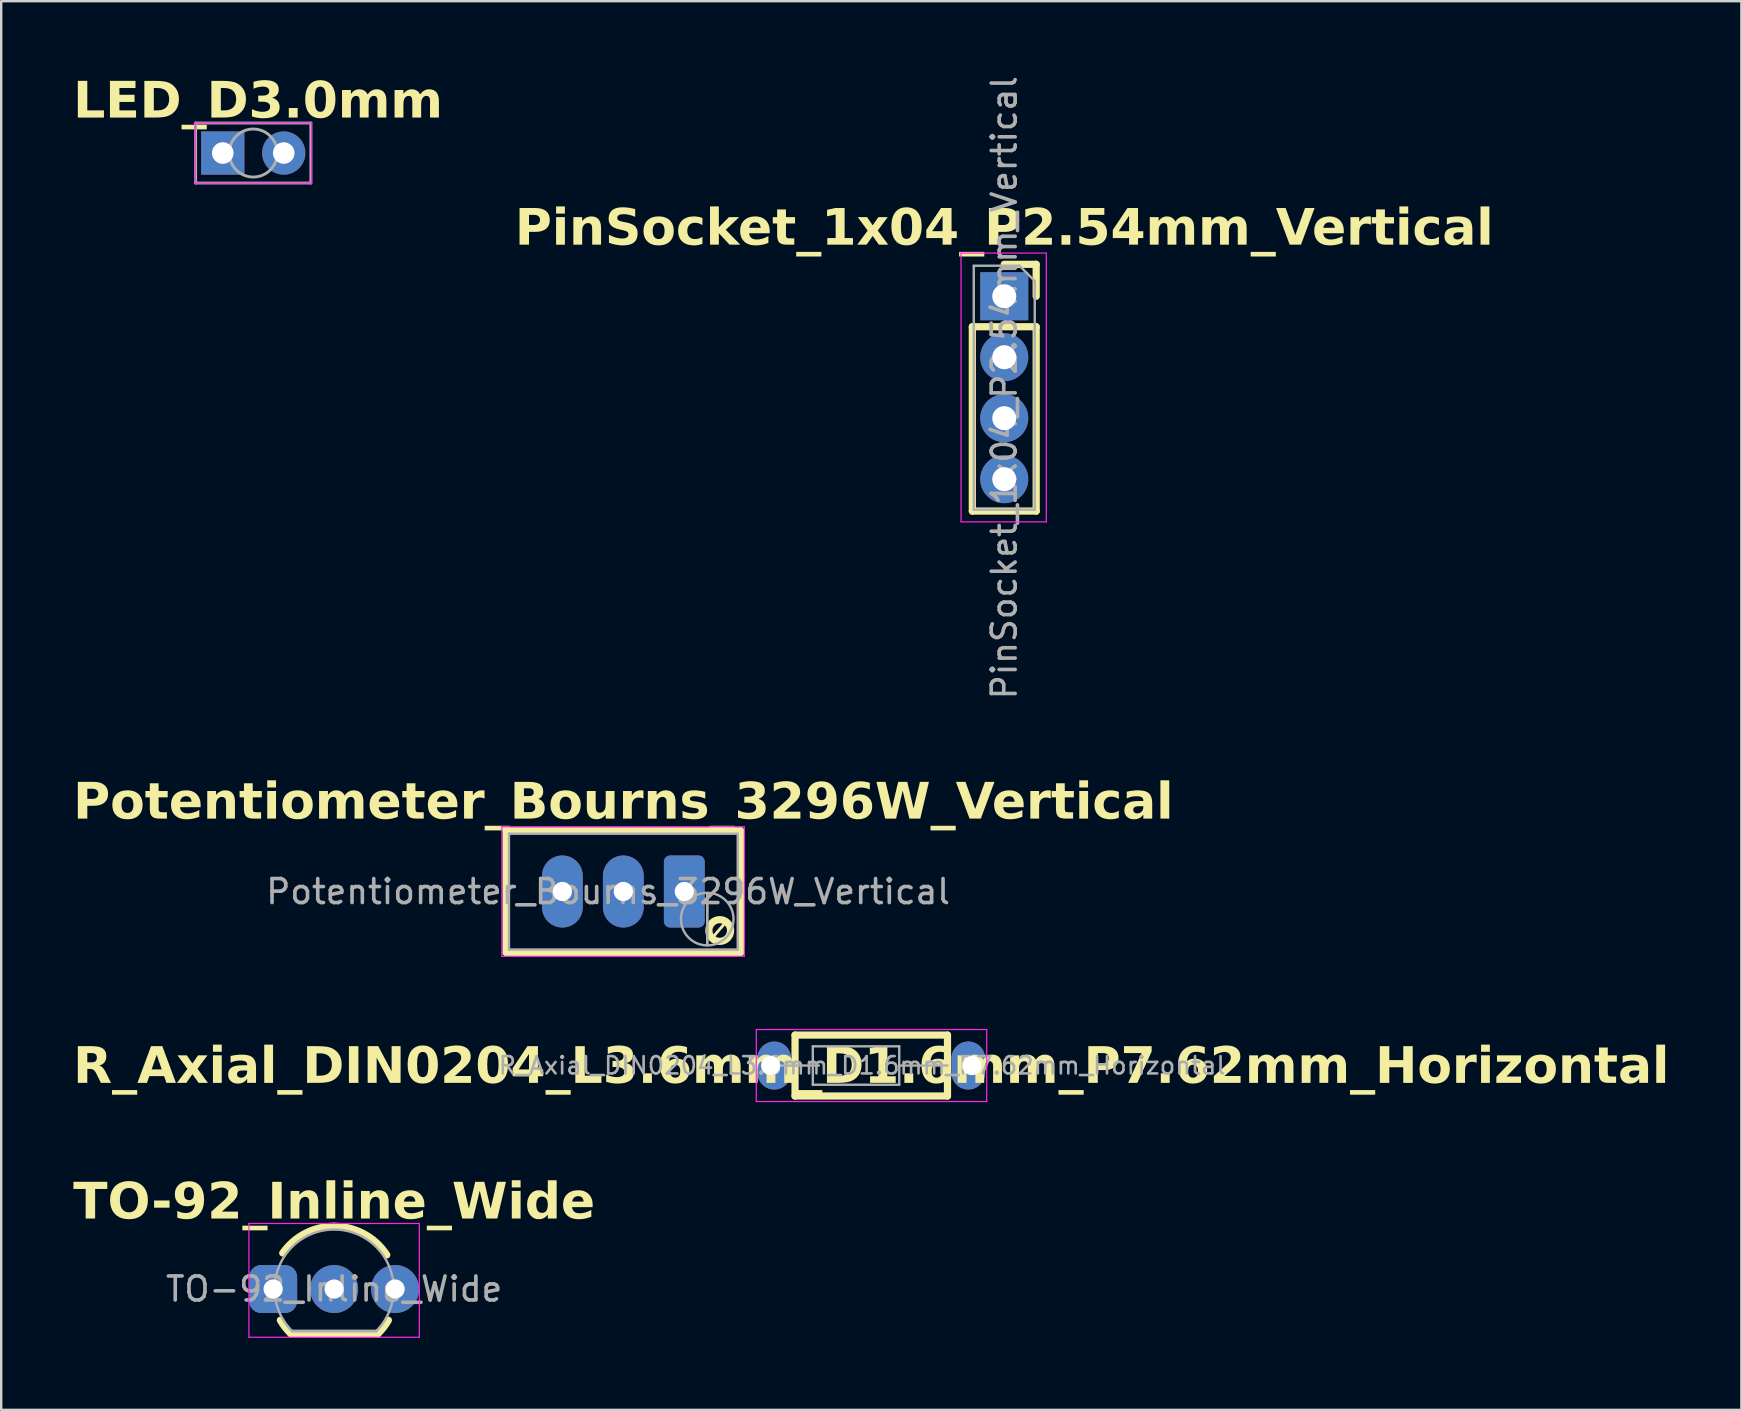
<source format=kicad_pcb>
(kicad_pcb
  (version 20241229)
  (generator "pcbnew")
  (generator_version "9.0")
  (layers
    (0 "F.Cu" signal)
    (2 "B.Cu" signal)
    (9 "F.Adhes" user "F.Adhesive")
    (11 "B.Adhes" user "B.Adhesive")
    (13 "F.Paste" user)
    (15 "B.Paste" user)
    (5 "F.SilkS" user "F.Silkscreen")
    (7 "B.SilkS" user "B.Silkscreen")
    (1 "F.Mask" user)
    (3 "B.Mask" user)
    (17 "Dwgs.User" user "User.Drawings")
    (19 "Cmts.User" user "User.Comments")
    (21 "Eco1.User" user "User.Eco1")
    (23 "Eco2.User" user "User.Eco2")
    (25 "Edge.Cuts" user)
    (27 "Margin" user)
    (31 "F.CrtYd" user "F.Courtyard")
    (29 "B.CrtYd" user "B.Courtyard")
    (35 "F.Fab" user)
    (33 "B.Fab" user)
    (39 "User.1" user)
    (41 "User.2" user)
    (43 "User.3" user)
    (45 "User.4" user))
  (footprint "R_Axial_DIN0204_L3.6mm_D1.6mm_P7.62mm_Horizontal"
    (layer "F.Cu")
    (at 29.054 41.338)
    (property "Reference" "R_Axial_DIN0204_L3.6mm_D1.6mm_P7.62mm_Horizontal" (at 4.191 0.1 0) (layer "F.SilkS") (effects (font (face "Dosis") (size 1.5 1.5) (thickness 0.2) (bold yes))))
    (attr through_hole)
    (fp_line (start 1.016 -1.27) (end 1.016 1.27) (stroke (width 0.3) (type solid)) (layer "F.SilkS"))
    (fp_line (start 1.016 1.27) (end 7.366 1.27) (stroke (width 0.3) (type solid)) (layer "F.SilkS"))
    (fp_line (start 7.366 -1.27) (end 1.016 -1.27) (stroke (width 0.3) (type solid)) (layer "F.SilkS"))
    (fp_line (start 7.366 1.27) (end 7.366 -1.27) (stroke (width 0.3) (type solid)) (layer "F.SilkS"))
    (fp_line (start -0.6 -1.5) (end -0.6 1.5) (stroke (width 0.05) (type solid)) (layer "F.CrtYd"))
    (fp_line (start -0.6 1.5) (end 9 1.5) (stroke (width 0.05) (type solid)) (layer "F.CrtYd"))
    (fp_line (start 9 -1.5) (end -0.6 -1.5) (stroke (width 0.05) (type solid)) (layer "F.CrtYd"))
    (fp_line (start 9 1.5) (end 9 -1.5) (stroke (width 0.05) (type solid)) (layer "F.CrtYd"))
    (fp_line (start 0 0) (end 2.01 0) (stroke (width 0.1) (type solid)) (layer "F.Fab"))
    (fp_line (start 1.756 -0.8) (end 1.756 0.8) (stroke (width 0.1) (type solid)) (layer "F.Fab"))
    (fp_line (start 1.756 0.8) (end 5.356 0.8) (stroke (width 0.1) (type solid)) (layer "F.Fab"))
    (fp_line (start 5.356 -0.8) (end 1.756 -0.8) (stroke (width 0.1) (type solid)) (layer "F.Fab"))
    (fp_line (start 5.356 0.8) (end 5.356 -0.8) (stroke (width 0.1) (type solid)) (layer "F.Fab"))
    (fp_line (start 7.366 0) (end 5.356 0) (stroke (width 0.1) (type solid)) (layer "F.Fab"))
    (fp_text user "${REFERENCE}" (at 3.81 0 0) (layer "F.Fab") (effects (font (size 0.72 0.72) (thickness 0.108))))
    (pad "1" thru_hole oval (at 0 0) (size 1.4 2) (drill 0.8 (offset 0.15 0)) (layers "*.Cu" "*.Mask"))
    (pad "2" thru_hole oval (at 8.382 0 180) (size 1.4 2) (drill 0.8 (offset 0.15 0)) (layers "*.Cu" "*.Mask")))
  (footprint "PinSocket_1x04_P2.54mm_Vertical"
    (layer "F.Cu")
    (at 38.785 9.291)
    (property "Reference" "PinSocket_1x04_P2.54mm_Vertical" (at 0 -2.77 0) (layer "F.SilkS") (effects (font (face "Dosis") (size 1.5 1.5) (thickness 0.3) (bold yes))))
    (attr through_hole)
    (fp_line (start -1.33 1.27) (end -1.33 8.95) (stroke (width 0.3) (type solid)) (layer "F.SilkS"))
    (fp_line (start -1.33 1.27) (end 1.33 1.27) (stroke (width 0.3) (type solid)) (layer "F.SilkS"))
    (fp_line (start -1.33 8.95) (end 1.33 8.95) (stroke (width 0.3) (type solid)) (layer "F.SilkS"))
    (fp_line (start 0 -1.33) (end 1.33 -1.33) (stroke (width 0.3) (type solid)) (layer "F.SilkS"))
    (fp_line (start 1.33 -1.33) (end 1.33 0) (stroke (width 0.3) (type solid)) (layer "F.SilkS"))
    (fp_line (start 1.33 1.27) (end 1.33 8.95) (stroke (width 0.3) (type solid)) (layer "F.SilkS"))
    (fp_line (start -1.8 -1.8) (end 1.75 -1.8) (stroke (width 0.05) (type solid)) (layer "F.CrtYd"))
    (fp_line (start -1.8 9.4) (end -1.8 -1.8) (stroke (width 0.05) (type solid)) (layer "F.CrtYd"))
    (fp_line (start 1.75 -1.8) (end 1.75 9.4) (stroke (width 0.05) (type solid)) (layer "F.CrtYd"))
    (fp_line (start 1.75 9.4) (end -1.8 9.4) (stroke (width 0.05) (type solid)) (layer "F.CrtYd"))
    (fp_line (start -1.27 -1.27) (end 0.635 -1.27) (stroke (width 0.1) (type solid)) (layer "F.Fab"))
    (fp_line (start -1.27 8.89) (end -1.27 -1.27) (stroke (width 0.1) (type solid)) (layer "F.Fab"))
    (fp_line (start 0.635 -1.27) (end 1.27 -0.635) (stroke (width 0.1) (type solid)) (layer "F.Fab"))
    (fp_line (start 1.27 -0.635) (end 1.27 8.89) (stroke (width 0.1) (type solid)) (layer "F.Fab"))
    (fp_line (start 1.27 8.89) (end -1.27 8.89) (stroke (width 0.1) (type solid)) (layer "F.Fab"))
    (fp_text user "${REFERENCE}" (at 0 3.81 90) (layer "F.Fab") (effects (font (size 1 1) (thickness 0.15))))
    (pad "1" thru_hole rect (at 0 0) (size 2 2) (drill 1) (layers "*.Cu" "*.Mask"))
    (pad "2" thru_hole oval (at 0 2.54) (size 2 2) (drill 1) (layers "*.Cu" "*.Mask"))
    (pad "3" thru_hole oval (at 0 5.08) (size 2 2) (drill 1) (layers "*.Cu" "*.Mask"))
    (pad "4" thru_hole oval (at 0 7.62) (size 2 2) (drill 1) (layers "*.Cu" "*.Mask")))
  (footprint "LED_D3.0mm"
    (layer "F.Cu")
    (at 7.5 3.325)
    (property "Reference" "LED_D3.0mm" (at 0.2 -2.1 0) (layer "F.SilkS") (effects (font (face "Dosis") (size 1.5 1.5) (thickness 0.2) (bold yes))))
    (attr through_hole)
    (fp_line (start -2.42 -1.25) (end -2.42 1.25) (stroke (width 0.05) (type solid)) (layer "F.CrtYd"))
    (fp_line (start -2.42 1.25) (end 2.43 1.25) (stroke (width 0.05) (type solid)) (layer "F.CrtYd"))
    (fp_line (start 2.43 -1.25) (end -2.42 -1.25) (stroke (width 0.05) (type solid)) (layer "F.CrtYd"))
    (fp_line (start 2.43 1.25) (end 2.43 -1.25) (stroke (width 0.05) (type solid)) (layer "F.CrtYd"))
    (fp_line (start -2.4 -1.25) (end 2.4 -1.25) (stroke (width 0.12) (type solid)) (layer "F.Fab"))
    (fp_line (start -2.4 1.25) (end -2.4 -1.25) (stroke (width 0.12) (type solid)) (layer "F.Fab"))
    (fp_line (start 2.4 -1.25) (end 2.4 1.25) (stroke (width 0.12) (type solid)) (layer "F.Fab"))
    (fp_line (start 2.4 1.25) (end -2.4 1.25) (stroke (width 0.12) (type solid)) (layer "F.Fab"))
    (fp_circle (center 0 0) (end 1 0) (stroke (width 0.12) (type solid)) (fill no) (layer "F.Fab"))
    (pad "1" thru_hole rect (at -1.27 0) (size 1.8 1.8) (drill 0.9) (layers "*.Cu" "*.Mask"))
    (pad "2" thru_hole circle (at 1.27 0) (size 1.8 1.8) (drill 0.9) (layers "*.Cu" "*.Mask")))
  (footprint "TO-92_Inline_Wide"
    (layer "F.Cu")
    (at 8.329 50.648)
    (property "Reference" "TO-92_Inline_Wide" (at 2.54 -3.56 0) (layer "F.SilkS") (effects (font (face "Dosis") (size 1.5 1.5) (thickness 0.3) (bold yes))))
    (attr through_hole)
    (fp_line (start 0.734 1.856) (end 4.358 1.869) (stroke (width 0.3) (type solid)) (layer "F.SilkS"))
    (fp_arc (start 0.4 -1.5) (mid 1.333854 -2.318364) (end 2.54 -2.61335) (stroke (width 0.3) (type solid)) (layer "F.SilkS"))
    (fp_arc (start 0.733918 1.85625) (mid 0.497931 1.592969) (end 0.3 1.3) (stroke (width 0.3) (type solid)) (layer "F.SilkS"))
    (fp_arc (start 2.54 -2.61335) (mid 3.788001 -2.296104) (end 4.733 -1.421389) (stroke (width 0.3) (type solid)) (layer "F.SilkS"))
    (fp_arc (start 4.799999 1.3) (mid 4.598807 1.599659) (end 4.358158 1.868662) (stroke (width 0.3) (type solid)) (layer "F.SilkS"))
    (fp_line (start -1.01 -2.73) (end -1.01 2.01) (stroke (width 0.05) (type solid)) (layer "F.CrtYd"))
    (fp_line (start -1.01 -2.73) (end 6.09 -2.73) (stroke (width 0.05) (type solid)) (layer "F.CrtYd"))
    (fp_line (start 6.09 2.01) (end -1.01 2.01) (stroke (width 0.05) (type solid)) (layer "F.CrtYd"))
    (fp_line (start 6.09 2.01) (end 6.09 -2.73) (stroke (width 0.05) (type solid)) (layer "F.CrtYd"))
    (fp_line (start 0.8 1.75) (end 4.3 1.75) (stroke (width 0.12) (type solid)) (layer "F.Fab"))
    (fp_arc (start 0.786375 1.753625) (mid 0.248779 -0.949055) (end 2.54 -2.48) (stroke (width 0.1) (type solid)) (layer "F.Fab"))
    (fp_arc (start 2.54 -2.48) (mid 4.831221 -0.949055) (end 4.293625 1.753625) (stroke (width 0.1) (type solid)) (layer "F.Fab"))
    (fp_text user "${REFERENCE}" (at 2.54 0 0) (layer "F.Fab") (effects (font (size 1 1) (thickness 0.15))))
    (pad "1" thru_hole roundrect (at 0 0) (size 2 2) (drill 0.8) (layers "*.Cu" "*.Mask") (roundrect_rratio 0.25))
    (pad "2" thru_hole circle (at 2.54 0) (size 2 2) (drill 0.8) (layers "*.Cu" "*.Mask"))
    (pad "3" thru_hole circle (at 5.08 0) (size 2 2) (drill 0.8) (layers "*.Cu" "*.Mask")))
  (footprint "Potentiometer_Bourns_3296W_Vertical"
    (layer "F.Cu")
    (at 25.457 34.088)
    (property "Reference" "Potentiometer_Bourns_3296W_Vertical" (at -2.54 -3.66 0) (layer "F.SilkS") (effects (font (face "Dosis") (size 1.5 1.5) (thickness 0.3) (bold yes))))
    (attr through_hole)
    (fp_line (start -7.425 -2.53) (end -7.425 2.54) (stroke (width 0.3) (type solid)) (layer "F.SilkS"))
    (fp_line (start -7.425 -2.53) (end 2.345 -2.53) (stroke (width 0.3) (type solid)) (layer "F.SilkS"))
    (fp_line (start -7.425 2.54) (end 2.345 2.54) (stroke (width 0.3) (type solid)) (layer "F.SilkS"))
    (fp_line (start 1.125 1.975) (end 1.775 1.225) (stroke (width 0.12) (type default)) (layer "F.SilkS"))
    (fp_line (start 2.345 -2.53) (end 2.345 2.54) (stroke (width 0.3) (type solid)) (layer "F.SilkS"))
    (fp_circle (center 1.475 1.625) (end 1.925 1.675) (stroke (width 0.3) (type default)) (fill no) (layer "F.SilkS"))
    (fp_line (start -7.6 -2.7) (end -7.6 2.7) (stroke (width 0.05) (type solid)) (layer "F.CrtYd"))
    (fp_line (start -7.6 2.7) (end 2.5 2.7) (stroke (width 0.05) (type solid)) (layer "F.CrtYd"))
    (fp_line (start 2.5 -2.7) (end -7.6 -2.7) (stroke (width 0.05) (type solid)) (layer "F.CrtYd"))
    (fp_line (start 2.5 2.7) (end 2.5 -2.7) (stroke (width 0.05) (type solid)) (layer "F.CrtYd"))
    (fp_line (start -7.305 -2.41) (end -7.305 2.42) (stroke (width 0.1) (type solid)) (layer "F.Fab"))
    (fp_line (start -7.305 2.42) (end 2.225 2.42) (stroke (width 0.1) (type solid)) (layer "F.Fab"))
    (fp_line (start 0.955 2.235) (end 0.956 0.066) (stroke (width 0.1) (type solid)) (layer "F.Fab"))
    (fp_line (start 0.955 2.235) (end 0.956 0.066) (stroke (width 0.1) (type solid)) (layer "F.Fab"))
    (fp_line (start 2.225 -2.41) (end -7.305 -2.41) (stroke (width 0.1) (type solid)) (layer "F.Fab"))
    (fp_line (start 2.225 2.42) (end 2.225 -2.41) (stroke (width 0.1) (type solid)) (layer "F.Fab"))
    (fp_circle (center 0.955 1.15) (end 2.05 1.15) (stroke (width 0.1) (type solid)) (fill no) (layer "F.Fab"))
    (fp_text user "${REFERENCE}" (at -3.175 0.005 0) (layer "F.Fab") (effects (font (size 1 1) (thickness 0.15))))
    (pad "1" thru_hole roundrect (at 0 0) (size 1.7 3) (drill 0.8) (layers "*.Cu" "*.Mask") (roundrect_rratio 0.147))
    (pad "2" thru_hole oval (at -2.54 0) (size 1.7 3) (drill 0.8) (layers "*.Cu" "*.Mask"))
    (pad "3" thru_hole oval (at -5.08 0) (size 1.7 3) (drill 0.8) (layers "*.Cu" "*.Mask")))
  (gr_rect
    (start -3 -3)
    (end 69.491 55.683)
    (stroke (width 0.1) (type default))
    (fill no)
    (layer "Edge.Cuts")))
</source>
